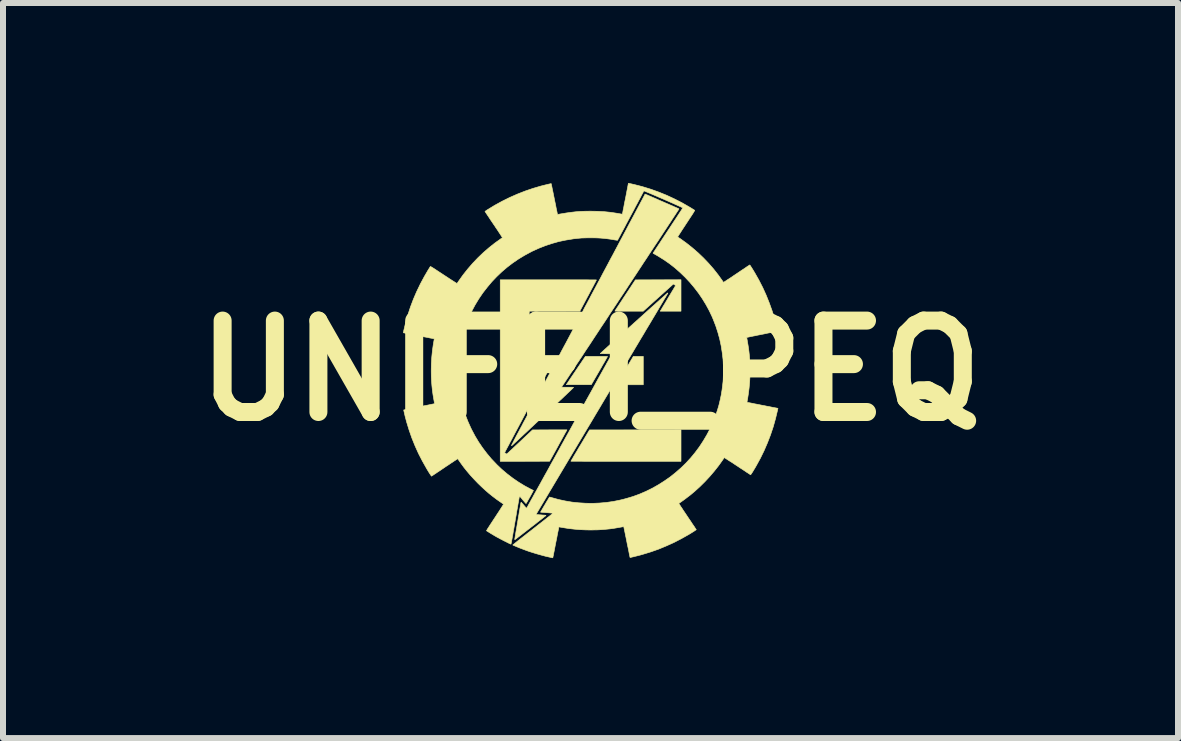
<source format=kicad_pcb>
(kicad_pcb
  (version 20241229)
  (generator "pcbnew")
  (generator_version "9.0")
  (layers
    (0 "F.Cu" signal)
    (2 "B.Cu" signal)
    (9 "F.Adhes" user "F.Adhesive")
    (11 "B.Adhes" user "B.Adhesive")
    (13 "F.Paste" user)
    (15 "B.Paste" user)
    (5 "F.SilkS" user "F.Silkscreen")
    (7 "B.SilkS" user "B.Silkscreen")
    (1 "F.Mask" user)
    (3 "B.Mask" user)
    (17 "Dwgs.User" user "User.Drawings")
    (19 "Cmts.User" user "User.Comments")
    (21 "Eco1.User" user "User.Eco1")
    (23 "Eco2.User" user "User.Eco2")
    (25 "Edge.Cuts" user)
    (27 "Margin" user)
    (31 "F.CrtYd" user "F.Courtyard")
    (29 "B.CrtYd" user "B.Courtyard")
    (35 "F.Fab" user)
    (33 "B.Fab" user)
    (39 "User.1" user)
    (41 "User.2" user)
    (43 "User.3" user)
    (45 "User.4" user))
  (footprint "UNIFEI_PEQ"
    (layer "F.Cu")
    (at 6.793 3.128)
    (property "Reference" "UNIFEI_PEQ" (at 0 0 0) (layer "F.SilkS") (effects (font (size 1.524 1.524) (thickness 0.3))))
    (attr through_hole)
    (fp_poly (pts (xy 0.879 0.235) (xy 0.656 0.235) (xy 0.612 0.235) (xy 0.575 0.235) (xy 0.543 0.235) (xy 0.517 0.235) (xy 0.495 0.235) (xy 0.477 0.234) (xy 0.463 0.234) (xy 0.452 0.234) (xy 0.445 0.233) (xy 0.439 0.233) (xy 0.436 0.232) (xy 0.435 0.231) (xy 0.434 0.23) (xy 0.435 0.229) (xy 0.437 0.226) (xy 0.442 0.217) (xy 0.45 0.204) (xy 0.46 0.187) (xy 0.473 0.165) (xy 0.487 0.141) (xy 0.504 0.113) (xy 0.522 0.083) (xy 0.541 0.051) (xy 0.562 0.017) (xy 0.575 -0.006) (xy 0.713 -0.237) (xy 0.796 -0.237) (xy 0.879 -0.238) (xy 0.879 0.235)) (stroke (width 0.01) (type solid)) (fill yes) (layer "F.SilkS"))
    (fp_poly (pts (xy 1.508 1.511) (xy 0.591 1.511) (xy 0.515 1.511) (xy 0.44 1.511) (xy 0.368 1.511) (xy 0.298 1.511) (xy 0.23 1.511) (xy 0.165 1.511) (xy 0.103 1.511) (xy 0.044 1.511) (xy -0.012 1.511) (xy -0.064 1.511) (xy -0.112 1.511) (xy -0.156 1.51) (xy -0.195 1.51) (xy -0.23 1.51) (xy -0.26 1.51) (xy -0.285 1.51) (xy -0.304 1.51) (xy -0.318 1.51) (xy -0.325 1.509) (xy -0.327 1.509) (xy -0.325 1.506) (xy -0.321 1.498) (xy -0.313 1.486) (xy -0.303 1.469) (xy -0.291 1.448) (xy -0.277 1.423) (xy -0.26 1.395) (xy -0.242 1.365) (xy -0.222 1.332) (xy -0.202 1.297) (xy -0.18 1.26) (xy -0.172 1.248) (xy -0.017 0.988) (xy 1.508 0.987) (xy 1.508 1.511)) (stroke (width 0.01) (type solid)) (fill yes) (layer "F.SilkS"))
    (fp_poly (pts (xy 0.198 -0.237) (xy 0.224 -0.237) (xy 0.246 -0.237) (xy 0.263 -0.237) (xy 0.275 -0.236) (xy 0.282 -0.236) (xy 0.283 -0.235) (xy 0.281 -0.232) (xy 0.277 -0.224) (xy 0.269 -0.211) (xy 0.26 -0.194) (xy 0.248 -0.173) (xy 0.234 -0.148) (xy 0.218 -0.121) (xy 0.2 -0.091) (xy 0.182 -0.058) (xy 0.162 -0.024) (xy 0.148 0.000435) (xy 0.013 0.233) (xy -0.195 0.234) (xy -0.231 0.234) (xy -0.264 0.234) (xy -0.296 0.234) (xy -0.324 0.234) (xy -0.349 0.234) (xy -0.37 0.234) (xy -0.386 0.234) (xy -0.397 0.234) (xy -0.403 0.234) (xy -0.403 0.234) (xy -0.401 0.231) (xy -0.396 0.223) (xy -0.388 0.211) (xy -0.377 0.195) (xy -0.364 0.175) (xy -0.348 0.151) (xy -0.331 0.125) (xy -0.311 0.096) (xy -0.29 0.065) (xy -0.267 0.031) (xy -0.245 -0.002) (xy -0.086 -0.237) (xy 0.098 -0.237) (xy 0.134 -0.237) (xy 0.168 -0.237) (xy 0.198 -0.237)) (stroke (width 0.01) (type solid)) (fill yes) (layer "F.SilkS"))
    (fp_poly (pts (xy 1.508 -0.991) (xy 1.162 -0.991) (xy 1.176 -1.014) (xy 1.18 -1.02) (xy 1.187 -1.032) (xy 1.196 -1.048) (xy 1.208 -1.068) (xy 1.222 -1.091) (xy 1.238 -1.117) (xy 1.255 -1.146) (xy 1.273 -1.176) (xy 1.292 -1.208) (xy 1.303 -1.227) (xy 1.417 -1.417) (xy 1.408 -1.425) (xy 1.399 -1.432) (xy 1.39 -1.438) (xy 1.39 -1.438) (xy 1.382 -1.445) (xy 1.13 -1.218) (xy 0.878 -0.991) (xy 0.642 -0.991) (xy 0.604 -0.991) (xy 0.568 -0.991) (xy 0.534 -0.991) (xy 0.503 -0.991) (xy 0.476 -0.991) (xy 0.452 -0.992) (xy 0.433 -0.992) (xy 0.419 -0.992) (xy 0.41 -0.993) (xy 0.407 -0.993) (xy 0.407 -0.993) (xy 0.408 -0.996) (xy 0.413 -1.004) (xy 0.421 -1.016) (xy 0.432 -1.033) (xy 0.445 -1.053) (xy 0.461 -1.077) (xy 0.479 -1.104) (xy 0.498 -1.134) (xy 0.52 -1.166) (xy 0.542 -1.201) (xy 0.566 -1.237) (xy 0.577 -1.254) (xy 0.748 -1.513) (xy 1.128 -1.514) (xy 1.508 -1.515) (xy 1.508 -0.991)) (stroke (width 0.01) (type solid)) (fill yes) (layer "F.SilkS"))
    (fp_poly (pts (xy -0.632 -1.514) (xy -0.563 -1.514) (xy -0.496 -1.514) (xy -0.431 -1.514) (xy -0.368 -1.514) (xy -0.308 -1.514) (xy -0.252 -1.514) (xy -0.198 -1.514) (xy -0.148 -1.514) (xy -0.102 -1.514) (xy -0.06 -1.514) (xy -0.022 -1.513) (xy 0.011 -1.513) (xy 0.039 -1.513) (xy 0.062 -1.513) (xy 0.08 -1.513) (xy 0.092 -1.512) (xy 0.098 -1.512) (xy 0.098 -1.512) (xy 0.097 -1.509) (xy 0.093 -1.501) (xy 0.086 -1.488) (xy 0.077 -1.47) (xy 0.065 -1.449) (xy 0.052 -1.423) (xy 0.037 -1.395) (xy 0.02 -1.364) (xy 0.002 -1.33) (xy -0.017 -1.294) (xy -0.036 -1.257) (xy -0.04 -1.251) (xy -0.178 -0.992) (xy -0.6 -0.991) (xy -1.022 -0.991) (xy -1.022 -0.238) (xy -0.802 -0.238) (xy -0.765 -0.238) (xy -0.73 -0.238) (xy -0.698 -0.238) (xy -0.668 -0.238) (xy -0.642 -0.237) (xy -0.62 -0.237) (xy -0.602 -0.237) (xy -0.59 -0.237) (xy -0.582 -0.236) (xy -0.581 -0.236) (xy -0.582 -0.233) (xy -0.587 -0.225) (xy -0.593 -0.212) (xy -0.603 -0.194) (xy -0.614 -0.173) (xy -0.627 -0.148) (xy -0.642 -0.12) (xy -0.658 -0.09) (xy -0.675 -0.057) (xy -0.694 -0.022) (xy -0.706 0.000456) (xy -0.83 0.235) (xy -0.926 0.235) (xy -1.022 0.235) (xy -1.022 0.595) (xy -1.227 0.981) (xy -1.252 1.027) (xy -1.275 1.071) (xy -1.298 1.114) (xy -1.319 1.154) (xy -1.34 1.192) (xy -1.358 1.227) (xy -1.375 1.259) (xy -1.39 1.287) (xy -1.403 1.312) (xy -1.414 1.332) (xy -1.422 1.348) (xy -1.428 1.359) (xy -1.431 1.365) (xy -1.431 1.367) (xy -1.428 1.369) (xy -1.422 1.374) (xy -1.415 1.379) (xy -1.406 1.385) (xy -1.4 1.389) (xy -1.397 1.391) (xy -1.395 1.389) (xy -1.388 1.382) (xy -1.377 1.372) (xy -1.362 1.359) (xy -1.345 1.342) (xy -1.324 1.323) (xy -1.3 1.301) (xy -1.275 1.277) (xy -1.247 1.251) (xy -1.217 1.223) (xy -1.186 1.194) (xy -1.181 1.189) (xy -0.967 0.988) (xy -0.68 0.987) (xy -0.393 0.987) (xy -0.406 1.01) (xy -0.409 1.017) (xy -0.416 1.028) (xy -0.425 1.044) (xy -0.436 1.064) (xy -0.449 1.088) (xy -0.464 1.115) (xy -0.481 1.146) (xy -0.499 1.178) (xy -0.518 1.212) (xy -0.537 1.248) (xy -0.55 1.272) (xy -0.682 1.51) (xy -1.094 1.511) (xy -1.505 1.511) (xy -1.505 -1.514) (xy -0.703 -1.514) (xy -0.632 -1.514)) (stroke (width 0.01) (type solid)) (fill yes) (layer "F.SilkS"))
    (fp_poly (pts (xy 1.289 -1.293) (xy 1.288 -1.291) (xy 1.288 -1.29) (xy 1.287 -1.288) (xy 1.284 -1.284) (xy 1.281 -1.278) (xy 1.277 -1.271) (xy 1.271 -1.261) (xy 1.265 -1.25) (xy 1.257 -1.237) (xy 1.248 -1.221) (xy 1.237 -1.204) (xy 1.225 -1.184) (xy 1.212 -1.161) (xy 1.197 -1.136) (xy 1.181 -1.109) (xy 1.163 -1.079) (xy 1.143 -1.045) (xy 1.122 -1.009) (xy 1.099 -0.97) (xy 1.074 -0.928) (xy 1.047 -0.883) (xy 1.018 -0.834) (xy 0.987 -0.782) (xy 0.953 -0.726) (xy 0.918 -0.667) (xy 0.881 -0.604) (xy 0.841 -0.538) (xy 0.799 -0.467) (xy 0.754 -0.392) (xy 0.708 -0.314) (xy 0.658 -0.231) (xy 0.606 -0.144) (xy 0.552 -0.052) (xy 0.494 0.044) (xy 0.434 0.145) (xy 0.372 0.25) (xy 0.306 0.36) (xy 0.237 0.475) (xy 0.166 0.595) (xy 0.091 0.72) (xy 0.014 0.85) (xy -0.067 0.985) (xy -0.147 1.119) (xy -0.908 2.396) (xy -0.898 2.398) (xy -0.891 2.399) (xy -0.88 2.4) (xy -0.865 2.401) (xy -0.846 2.403) (xy -0.825 2.404) (xy -0.816 2.405) (xy -0.795 2.407) (xy -0.777 2.408) (xy -0.762 2.409) (xy -0.751 2.411) (xy -0.744 2.411) (xy -0.743 2.412) (xy -0.744 2.415) (xy -0.746 2.418) (xy -0.75 2.421) (xy -0.759 2.428) (xy -0.772 2.438) (xy -0.788 2.451) (xy -0.807 2.466) (xy -0.83 2.484) (xy -0.855 2.503) (xy -0.882 2.524) (xy -0.91 2.547) (xy -0.94 2.57) (xy -0.971 2.594) (xy -1.002 2.618) (xy -1.033 2.642) (xy -1.064 2.666) (xy -1.094 2.689) (xy -1.122 2.711) (xy -1.149 2.732) (xy -1.174 2.751) (xy -1.197 2.769) (xy -1.217 2.784) (xy -1.233 2.797) (xy -1.246 2.806) (xy -1.255 2.813) (xy -1.259 2.816) (xy -1.26 2.816) (xy -1.263 2.814) (xy -1.264 2.812) (xy -1.263 2.808) (xy -1.262 2.799) (xy -1.259 2.785) (xy -1.256 2.765) (xy -1.252 2.742) (xy -1.248 2.715) (xy -1.243 2.685) (xy -1.237 2.652) (xy -1.231 2.617) (xy -1.225 2.581) (xy -1.219 2.543) (xy -1.212 2.505) (xy -1.206 2.467) (xy -1.2 2.43) (xy -1.193 2.394) (xy -1.188 2.359) (xy -1.182 2.326) (xy -1.177 2.296) (xy -1.172 2.269) (xy -1.168 2.246) (xy -1.165 2.227) (xy -1.163 2.213) (xy -1.161 2.204) (xy -1.16 2.201) (xy -1.158 2.196) (xy -1.156 2.194) (xy -1.153 2.196) (xy -1.147 2.203) (xy -1.138 2.213) (xy -1.127 2.225) (xy -1.114 2.24) (xy -1.11 2.245) (xy -1.096 2.262) (xy -1.085 2.274) (xy -1.077 2.283) (xy -1.072 2.288) (xy -1.068 2.291) (xy -1.065 2.291) (xy -1.064 2.29) (xy -1.063 2.288) (xy -1.061 2.285) (xy -1.056 2.277) (xy -1.048 2.263) (xy -1.038 2.244) (xy -1.025 2.22) (xy -1.009 2.192) (xy -0.991 2.159) (xy -0.97 2.122) (xy -0.948 2.081) (xy -0.923 2.036) (xy -0.896 1.988) (xy -0.867 1.935) (xy -0.836 1.88) (xy -0.804 1.821) (xy -0.77 1.759) (xy -0.734 1.695) (xy -0.697 1.628) (xy -0.659 1.558) (xy -0.619 1.487) (xy -0.578 1.413) (xy -0.536 1.337) (xy -0.494 1.26) (xy -0.45 1.181) (xy -0.424 1.133) (xy -0.367 1.031) (xy -0.314 0.935) (xy -0.264 0.843) (xy -0.216 0.757) (xy -0.171 0.676) (xy -0.128 0.599) (xy -0.089 0.527) (xy -0.051 0.459) (xy -0.016 0.396) (xy 0.017 0.337) (xy 0.047 0.282) (xy 0.076 0.23) (xy 0.102 0.182) (xy 0.126 0.138) (xy 0.149 0.097) (xy 0.17 0.059) (xy 0.189 0.025) (xy 0.207 -0.007) (xy 0.223 -0.036) (xy 0.238 -0.063) (xy 0.252 -0.087) (xy 0.264 -0.11) (xy 0.275 -0.13) (xy 0.285 -0.148) (xy 0.295 -0.164) (xy 0.303 -0.179) (xy 0.311 -0.193) (xy 0.317 -0.205) (xy 0.324 -0.216) (xy 0.33 -0.226) (xy 0.335 -0.235) (xy 0.337 -0.24) (xy 0.361 -0.281) (xy 0.261 -0.282) (xy 0.237 -0.282) (xy 0.215 -0.283) (xy 0.196 -0.283) (xy 0.18 -0.284) (xy 0.169 -0.284) (xy 0.163 -0.285) (xy 0.162 -0.285) (xy 0.165 -0.288) (xy 0.172 -0.294) (xy 0.183 -0.305) (xy 0.198 -0.318) (xy 0.217 -0.336) (xy 0.239 -0.356) (xy 0.265 -0.379) (xy 0.293 -0.405) (xy 0.325 -0.433) (xy 0.358 -0.463) (xy 0.394 -0.496) (xy 0.432 -0.53) (xy 0.472 -0.566) (xy 0.513 -0.603) (xy 0.555 -0.641) (xy 0.598 -0.68) (xy 0.642 -0.719) (xy 0.687 -0.759) (xy 0.731 -0.799) (xy 0.776 -0.839) (xy 0.82 -0.879) (xy 0.864 -0.918) (xy 0.907 -0.957) (xy 0.949 -0.995) (xy 0.989 -1.031) (xy 1.028 -1.066) (xy 1.066 -1.099) (xy 1.101 -1.131) (xy 1.134 -1.16) (xy 1.164 -1.188) (xy 1.192 -1.212) (xy 1.216 -1.234) (xy 1.238 -1.253) (xy 1.255 -1.269) (xy 1.269 -1.281) (xy 1.279 -1.29) (xy 1.285 -1.295) (xy 1.286 -1.295) (xy 1.289 -1.293)) (stroke (width 0.01) (type solid)) (fill yes) (layer "F.SilkS"))
    (fp_poly (pts (xy 0.913 -2.942) (xy 0.921 -2.938) (xy 0.935 -2.932) (xy 0.953 -2.925) (xy 0.975 -2.915) (xy 1.001 -2.904) (xy 1.03 -2.891) (xy 1.063 -2.877) (xy 1.098 -2.862) (xy 1.135 -2.845) (xy 1.174 -2.828) (xy 1.188 -2.822) (xy 1.228 -2.805) (xy 1.266 -2.788) (xy 1.302 -2.773) (xy 1.335 -2.758) (xy 1.366 -2.745) (xy 1.394 -2.732) (xy 1.418 -2.722) (xy 1.438 -2.713) (xy 1.453 -2.707) (xy 1.464 -2.702) (xy 1.469 -2.7) (xy 1.469 -2.7) (xy 1.473 -2.696) (xy 1.473 -2.695) (xy 1.471 -2.692) (xy 1.467 -2.684) (xy 1.459 -2.671) (xy 1.448 -2.655) (xy 1.434 -2.634) (xy 1.419 -2.61) (xy 1.401 -2.583) (xy 1.381 -2.553) (xy 1.36 -2.521) (xy 1.338 -2.486) (xy 1.314 -2.45) (xy 1.301 -2.431) (xy 1.285 -2.406) (xy 1.265 -2.376) (xy 1.242 -2.341) (xy 1.216 -2.302) (xy 1.188 -2.259) (xy 1.157 -2.212) (xy 1.124 -2.161) (xy 1.088 -2.108) (xy 1.051 -2.052) (xy 1.012 -1.993) (xy 0.972 -1.932) (xy 0.931 -1.869) (xy 0.888 -1.805) (xy 0.845 -1.739) (xy 0.801 -1.672) (xy 0.757 -1.605) (xy 0.712 -1.537) (xy 0.667 -1.469) (xy 0.623 -1.402) (xy 0.617 -1.392) (xy 0.551 -1.292) (xy 0.488 -1.198) (xy 0.429 -1.108) (xy 0.373 -1.023) (xy 0.32 -0.943) (xy 0.271 -0.867) (xy 0.224 -0.796) (xy 0.179 -0.729) (xy 0.138 -0.666) (xy 0.099 -0.607) (xy 0.062 -0.551) (xy 0.028 -0.499) (xy -0.004 -0.45) (xy -0.034 -0.405) (xy -0.062 -0.363) (xy -0.088 -0.324) (xy -0.112 -0.287) (xy -0.134 -0.253) (xy -0.155 -0.221) (xy -0.175 -0.192) (xy -0.192 -0.165) (xy -0.209 -0.14) (xy -0.225 -0.117) (xy -0.239 -0.095) (xy -0.252 -0.075) (xy -0.265 -0.056) (xy -0.276 -0.038) (xy -0.287 -0.021) (xy -0.298 -0.005) (xy -0.308 0.01) (xy -0.318 0.024) (xy -0.327 0.039) (xy -0.336 0.053) (xy -0.346 0.067) (xy -0.355 0.081) (xy -0.364 0.095) (xy -0.369 0.103) (xy -0.389 0.132) (xy -0.407 0.16) (xy -0.425 0.186) (xy -0.44 0.21) (xy -0.454 0.23) (xy -0.465 0.247) (xy -0.474 0.261) (xy -0.48 0.27) (xy -0.482 0.275) (xy -0.483 0.275) (xy -0.48 0.275) (xy -0.471 0.276) (xy -0.457 0.276) (xy -0.44 0.276) (xy -0.419 0.276) (xy -0.396 0.276) (xy -0.383 0.276) (xy -0.353 0.276) (xy -0.33 0.276) (xy -0.312 0.277) (xy -0.299 0.277) (xy -0.29 0.278) (xy -0.285 0.279) (xy -0.283 0.28) (xy -0.283 0.28) (xy -0.285 0.283) (xy -0.292 0.289) (xy -0.302 0.3) (xy -0.317 0.314) (xy -0.335 0.332) (xy -0.357 0.352) (xy -0.382 0.376) (xy -0.409 0.402) (xy -0.44 0.431) (xy -0.472 0.462) (xy -0.507 0.494) (xy -0.543 0.529) (xy -0.581 0.565) (xy -0.621 0.602) (xy -0.661 0.64) (xy -0.703 0.679) (xy -0.745 0.719) (xy -0.787 0.759) (xy -0.829 0.798) (xy -0.871 0.838) (xy -0.913 0.877) (xy -0.954 0.916) (xy -0.994 0.953) (xy -1.033 0.99) (xy -1.07 1.025) (xy -1.106 1.058) (xy -1.14 1.09) (xy -1.171 1.119) (xy -1.2 1.146) (xy -1.226 1.171) (xy -1.25 1.192) (xy -1.27 1.211) (xy -1.286 1.226) (xy -1.299 1.238) (xy -1.308 1.246) (xy -1.313 1.25) (xy -1.313 1.25) (xy -1.317 1.25) (xy -1.317 1.245) (xy -1.315 1.241) (xy -1.31 1.232) (xy -1.304 1.218) (xy -1.294 1.201) (xy -1.283 1.179) (xy -1.271 1.155) (xy -1.257 1.129) (xy -1.242 1.1) (xy -1.229 1.075) (xy -1.218 1.055) (xy -1.204 1.029) (xy -1.187 0.997) (xy -1.168 0.961) (xy -1.146 0.921) (xy -1.123 0.876) (xy -1.097 0.828) (xy -1.069 0.776) (xy -1.04 0.72) (xy -1.008 0.661) (xy -0.976 0.6) (xy -0.942 0.536) (xy -0.906 0.47) (xy -0.87 0.402) (xy -0.833 0.332) (xy -0.795 0.26) (xy -0.756 0.188) (xy -0.717 0.115) (xy -0.678 0.041) (xy -0.639 -0.033) (xy -0.599 -0.107) (xy -0.56 -0.181) (xy -0.521 -0.254) (xy -0.483 -0.327) (xy -0.445 -0.398) (xy -0.407 -0.468) (xy -0.371 -0.536) (xy -0.336 -0.602) (xy -0.302 -0.666) (xy -0.269 -0.728) (xy -0.238 -0.787) (xy -0.208 -0.842) (xy -0.18 -0.895) (xy -0.154 -0.943) (xy -0.13 -0.988) (xy -0.109 -1.029) (xy -0.09 -1.065) (xy -0.073 -1.096) (xy -0.068 -1.105) (xy -0.031 -1.174) (xy 0.006 -1.245) (xy 0.045 -1.318) (xy 0.085 -1.392) (xy 0.125 -1.468) (xy 0.166 -1.544) (xy 0.206 -1.621) (xy 0.247 -1.697) (xy 0.288 -1.774) (xy 0.328 -1.85) (xy 0.369 -1.925) (xy 0.408 -1.999) (xy 0.447 -2.072) (xy 0.484 -2.143) (xy 0.521 -2.211) (xy 0.556 -2.278) (xy 0.59 -2.341) (xy 0.622 -2.402) (xy 0.652 -2.459) (xy 0.681 -2.512) (xy 0.707 -2.561) (xy 0.731 -2.606) (xy 0.752 -2.646) (xy 0.771 -2.682) (xy 0.785 -2.708) (xy 0.804 -2.744) (xy 0.822 -2.778) (xy 0.839 -2.81) (xy 0.855 -2.839) (xy 0.869 -2.866) (xy 0.881 -2.889) (xy 0.892 -2.909) (xy 0.9 -2.925) (xy 0.906 -2.936) (xy 0.909 -2.942) (xy 0.91 -2.943) (xy 0.913 -2.942)) (stroke (width 0.01) (type solid)) (fill yes) (layer "F.SilkS"))
    (fp_poly (pts (xy 0.661 -3.117) (xy 0.681 -3.113) (xy 0.706 -3.107) (xy 0.734 -3.101) (xy 0.764 -3.093) (xy 0.794 -3.086) (xy 0.823 -3.078) (xy 0.85 -3.071) (xy 0.869 -3.066) (xy 1.005 -3.024) (xy 1.138 -2.976) (xy 1.269 -2.923) (xy 1.398 -2.863) (xy 1.525 -2.798) (xy 1.65 -2.726) (xy 1.677 -2.71) (xy 1.694 -2.699) (xy 1.709 -2.69) (xy 1.722 -2.682) (xy 1.731 -2.676) (xy 1.736 -2.673) (xy 1.736 -2.672) (xy 1.736 -2.67) (xy 1.734 -2.666) (xy 1.731 -2.66) (xy 1.725 -2.651) (xy 1.718 -2.638) (xy 1.708 -2.622) (xy 1.696 -2.603) (xy 1.68 -2.579) (xy 1.662 -2.552) (xy 1.641 -2.52) (xy 1.617 -2.483) (xy 1.595 -2.45) (xy 1.573 -2.416) (xy 1.552 -2.384) (xy 1.532 -2.354) (xy 1.514 -2.326) (xy 1.498 -2.301) (xy 1.484 -2.279) (xy 1.472 -2.261) (xy 1.463 -2.246) (xy 1.457 -2.236) (xy 1.453 -2.23) (xy 1.453 -2.229) (xy 1.457 -2.226) (xy 1.464 -2.221) (xy 1.475 -2.213) (xy 1.489 -2.204) (xy 1.497 -2.199) (xy 1.598 -2.126) (xy 1.696 -2.048) (xy 1.791 -1.966) (xy 1.882 -1.879) (xy 1.969 -1.788) (xy 2.051 -1.694) (xy 2.128 -1.596) (xy 2.184 -1.518) (xy 2.195 -1.503) (xy 2.203 -1.49) (xy 2.21 -1.48) (xy 2.215 -1.474) (xy 2.216 -1.472) (xy 2.219 -1.474) (xy 2.227 -1.478) (xy 2.239 -1.486) (xy 2.255 -1.496) (xy 2.275 -1.51) (xy 2.299 -1.525) (xy 2.325 -1.542) (xy 2.354 -1.561) (xy 2.384 -1.582) (xy 2.417 -1.604) (xy 2.435 -1.616) (xy 2.468 -1.638) (xy 2.5 -1.66) (xy 2.53 -1.68) (xy 2.558 -1.698) (xy 2.583 -1.715) (xy 2.604 -1.73) (xy 2.623 -1.742) (xy 2.637 -1.751) (xy 2.648 -1.758) (xy 2.653 -1.762) (xy 2.654 -1.762) (xy 2.656 -1.76) (xy 2.662 -1.752) (xy 2.669 -1.741) (xy 2.679 -1.726) (xy 2.69 -1.709) (xy 2.702 -1.689) (xy 2.715 -1.669) (xy 2.727 -1.648) (xy 2.737 -1.632) (xy 2.806 -1.51) (xy 2.87 -1.385) (xy 2.928 -1.257) (xy 2.98 -1.127) (xy 3.027 -0.996) (xy 3.068 -0.863) (xy 3.089 -0.781) (xy 3.095 -0.759) (xy 3.1 -0.736) (xy 3.105 -0.715) (xy 3.11 -0.696) (xy 3.113 -0.68) (xy 3.116 -0.668) (xy 3.117 -0.661) (xy 3.117 -0.659) (xy 3.114 -0.658) (xy 3.105 -0.656) (xy 3.091 -0.653) (xy 3.072 -0.649) (xy 3.048 -0.644) (xy 3.021 -0.639) (xy 2.99 -0.632) (xy 2.956 -0.626) (xy 2.92 -0.618) (xy 2.882 -0.61) (xy 2.861 -0.606) (xy 2.821 -0.598) (xy 2.784 -0.591) (xy 2.749 -0.583) (xy 2.716 -0.577) (xy 2.687 -0.571) (xy 2.661 -0.566) (xy 2.64 -0.561) (xy 2.623 -0.558) (xy 2.611 -0.555) (xy 2.605 -0.554) (xy 2.604 -0.554) (xy 2.604 -0.551) (xy 2.605 -0.542) (xy 2.608 -0.529) (xy 2.61 -0.513) (xy 2.614 -0.494) (xy 2.614 -0.49) (xy 2.625 -0.428) (xy 2.634 -0.37) (xy 2.641 -0.314) (xy 2.647 -0.258) (xy 2.652 -0.2) (xy 2.655 -0.14) (xy 2.658 -0.088) (xy 2.659 0.003) (xy 2.657 0.097) (xy 2.652 0.193) (xy 2.643 0.289) (xy 2.631 0.384) (xy 2.617 0.476) (xy 2.615 0.484) (xy 2.612 0.5) (xy 2.61 0.513) (xy 2.609 0.522) (xy 2.609 0.527) (xy 2.609 0.527) (xy 2.612 0.528) (xy 2.621 0.53) (xy 2.635 0.533) (xy 2.654 0.536) (xy 2.678 0.541) (xy 2.705 0.546) (xy 2.736 0.553) (xy 2.77 0.559) (xy 2.806 0.566) (xy 2.844 0.574) (xy 2.86 0.577) (xy 2.899 0.584) (xy 2.936 0.592) (xy 2.972 0.598) (xy 3.004 0.605) (xy 3.033 0.611) (xy 3.059 0.616) (xy 3.081 0.62) (xy 3.098 0.623) (xy 3.11 0.625) (xy 3.116 0.627) (xy 3.117 0.627) (xy 3.124 0.629) (xy 3.116 0.664) (xy 3.083 0.801) (xy 3.045 0.937) (xy 3 1.071) (xy 2.949 1.203) (xy 2.893 1.333) (xy 2.831 1.46) (xy 2.763 1.584) (xy 2.734 1.634) (xy 2.717 1.661) (xy 2.704 1.684) (xy 2.692 1.702) (xy 2.683 1.716) (xy 2.676 1.726) (xy 2.671 1.732) (xy 2.668 1.735) (xy 2.666 1.735) (xy 2.663 1.733) (xy 2.655 1.727) (xy 2.642 1.719) (xy 2.626 1.708) (xy 2.605 1.695) (xy 2.582 1.679) (xy 2.555 1.661) (xy 2.526 1.642) (xy 2.495 1.622) (xy 2.462 1.6) (xy 2.447 1.59) (xy 2.413 1.568) (xy 2.382 1.547) (xy 2.352 1.527) (xy 2.324 1.51) (xy 2.299 1.494) (xy 2.278 1.48) (xy 2.259 1.468) (xy 2.245 1.459) (xy 2.235 1.453) (xy 2.23 1.45) (xy 2.229 1.45) (xy 2.226 1.453) (xy 2.221 1.461) (xy 2.214 1.472) (xy 2.204 1.486) (xy 2.199 1.494) (xy 2.133 1.586) (xy 2.062 1.676) (xy 1.986 1.765) (xy 1.906 1.851) (xy 1.822 1.934) (xy 1.736 2.012) (xy 1.699 2.043) (xy 1.68 2.059) (xy 1.657 2.078) (xy 1.631 2.097) (xy 1.604 2.118) (xy 1.578 2.138) (xy 1.552 2.157) (xy 1.528 2.174) (xy 1.509 2.188) (xy 1.507 2.189) (xy 1.494 2.198) (xy 1.483 2.205) (xy 1.476 2.21) (xy 1.472 2.213) (xy 1.472 2.213) (xy 1.474 2.216) (xy 1.478 2.224) (xy 1.486 2.236) (xy 1.496 2.252) (xy 1.509 2.272) (xy 1.525 2.295) (xy 1.542 2.322) (xy 1.561 2.35) (xy 1.582 2.381) (xy 1.604 2.414) (xy 1.616 2.432) (xy 1.638 2.465) (xy 1.66 2.497) (xy 1.68 2.527) (xy 1.698 2.555) (xy 1.715 2.579) (xy 1.73 2.601) (xy 1.742 2.62) (xy 1.751 2.634) (xy 1.758 2.644) (xy 1.762 2.65) (xy 1.762 2.651) (xy 1.76 2.653) (xy 1.752 2.658) (xy 1.741 2.666) (xy 1.726 2.676) (xy 1.709 2.687) (xy 1.689 2.699) (xy 1.669 2.712) (xy 1.647 2.725) (xy 1.632 2.734) (xy 1.511 2.802) (xy 1.387 2.866) (xy 1.26 2.923) (xy 1.132 2.976) (xy 1.001 3.022) (xy 0.87 3.062) (xy 0.848 3.068) (xy 0.828 3.074) (xy 0.807 3.079) (xy 0.784 3.085) (xy 0.761 3.091) (xy 0.738 3.096) (xy 0.717 3.102) (xy 0.698 3.106) (xy 0.681 3.11) (xy 0.669 3.113) (xy 0.661 3.114) (xy 0.659 3.114) (xy 0.658 3.111) (xy 0.656 3.102) (xy 0.653 3.088) (xy 0.649 3.069) (xy 0.644 3.045) (xy 0.639 3.018) (xy 0.633 2.987) (xy 0.626 2.953) (xy 0.618 2.917) (xy 0.61 2.878) (xy 0.606 2.857) (xy 0.598 2.818) (xy 0.591 2.781) (xy 0.583 2.745) (xy 0.577 2.713) (xy 0.571 2.684) (xy 0.566 2.658) (xy 0.561 2.637) (xy 0.558 2.62) (xy 0.555 2.608) (xy 0.554 2.602) (xy 0.554 2.601) (xy 0.551 2.601) (xy 0.542 2.602) (xy 0.529 2.604) (xy 0.513 2.607) (xy 0.494 2.61) (xy 0.49 2.611) (xy 0.432 2.621) (xy 0.378 2.63) (xy 0.326 2.637) (xy 0.275 2.642) (xy 0.223 2.647) (xy 0.169 2.651) (xy 0.11 2.654) (xy 0.09 2.654) (xy 0.004 2.656) (xy -0.086 2.654) (xy -0.178 2.65) (xy -0.27 2.642) (xy -0.361 2.632) (xy -0.448 2.618) (xy -0.494 2.61) (xy -0.507 2.608) (xy -0.518 2.606) (xy -0.525 2.605) (xy -0.527 2.605) (xy -0.528 2.609) (xy -0.53 2.618) (xy -0.532 2.632) (xy -0.536 2.651) (xy -0.541 2.675) (xy -0.547 2.702) (xy -0.553 2.733) (xy -0.559 2.767) (xy -0.566 2.803) (xy -0.574 2.842) (xy -0.578 2.862) (xy -0.586 2.902) (xy -0.593 2.939) (xy -0.6 2.974) (xy -0.606 3.007) (xy -0.612 3.036) (xy -0.617 3.062) (xy -0.621 3.083) (xy -0.625 3.1) (xy -0.627 3.112) (xy -0.629 3.118) (xy -0.629 3.119) (xy -0.633 3.119) (xy -0.64 3.118) (xy -0.645 3.117) (xy -0.69 3.107) (xy -0.74 3.096) (xy -0.793 3.082) (xy -0.848 3.067) (xy -0.904 3.051) (xy -0.959 3.034) (xy -1.013 3.017) (xy -1.063 3) (xy -1.07 2.997) (xy -1.095 2.988) (xy -1.121 2.978) (xy -1.148 2.968) (xy -1.174 2.958) (xy -1.199 2.948) (xy -1.223 2.938) (xy -1.244 2.929) (xy -1.263 2.921) (xy -1.278 2.915) (xy -1.289 2.91) (xy -1.295 2.906) (xy -1.295 2.905) (xy -1.293 2.903) (xy -1.286 2.897) (xy -1.274 2.888) (xy -1.258 2.875) (xy -1.239 2.86) (xy -1.216 2.841) (xy -1.189 2.82) (xy -1.16 2.797) (xy -1.128 2.772) (xy -1.093 2.745) (xy -1.057 2.716) (xy -1.018 2.686) (xy -0.978 2.655) (xy -0.959 2.64) (xy -0.918 2.608) (xy -0.879 2.577) (xy -0.842 2.548) (xy -0.806 2.52) (xy -0.773 2.494) (xy -0.742 2.47) (xy -0.715 2.448) (xy -0.69 2.429) (xy -0.669 2.412) (xy -0.652 2.398) (xy -0.638 2.388) (xy -0.629 2.38) (xy -0.625 2.376) (xy -0.624 2.376) (xy -0.628 2.375) (xy -0.637 2.375) (xy -0.651 2.373) (xy -0.67 2.372) (xy -0.691 2.37) (xy -0.715 2.368) (xy -0.73 2.367) (xy -0.755 2.365) (xy -0.777 2.364) (xy -0.797 2.362) (xy -0.813 2.361) (xy -0.825 2.359) (xy -0.832 2.359) (xy -0.833 2.358) (xy -0.832 2.356) (xy -0.827 2.348) (xy -0.82 2.336) (xy -0.811 2.32) (xy -0.8 2.301) (xy -0.787 2.279) (xy -0.773 2.255) (xy -0.76 2.234) (xy -0.745 2.208) (xy -0.731 2.184) (xy -0.718 2.163) (xy -0.706 2.144) (xy -0.697 2.128) (xy -0.69 2.117) (xy -0.686 2.109) (xy -0.685 2.107) (xy -0.682 2.107) (xy -0.674 2.109) (xy -0.662 2.112) (xy -0.647 2.116) (xy -0.641 2.118) (xy -0.533 2.148) (xy -0.422 2.172) (xy -0.31 2.191) (xy -0.196 2.203) (xy -0.081 2.21) (xy 0.034 2.212) (xy 0.148 2.207) (xy 0.263 2.197) (xy 0.376 2.181) (xy 0.481 2.16) (xy 0.537 2.147) (xy 0.596 2.131) (xy 0.655 2.114) (xy 0.713 2.096) (xy 0.768 2.076) (xy 0.817 2.058) (xy 0.926 2.011) (xy 1.033 1.958) (xy 1.135 1.9) (xy 1.234 1.837) (xy 1.33 1.77) (xy 1.421 1.697) (xy 1.509 1.62) (xy 1.592 1.539) (xy 1.671 1.453) (xy 1.745 1.363) (xy 1.815 1.269) (xy 1.879 1.171) (xy 1.939 1.07) (xy 1.994 0.965) (xy 2.043 0.857) (xy 2.061 0.814) (xy 2.07 0.791) (xy 2.08 0.764) (xy 2.09 0.733) (xy 2.101 0.701) (xy 2.112 0.668) (xy 2.122 0.636) (xy 2.131 0.607) (xy 2.138 0.582) (xy 2.14 0.576) (xy 2.16 0.492) (xy 2.178 0.407) (xy 2.192 0.321) (xy 2.203 0.232) (xy 2.209 0.179) (xy 2.211 0.152) (xy 2.212 0.119) (xy 2.213 0.082) (xy 2.214 0.043) (xy 2.214 0.003) (xy 2.214 -0.038) (xy 2.214 -0.078) (xy 2.212 -0.115) (xy 2.211 -0.148) (xy 2.209 -0.177) (xy 2.209 -0.183) (xy 2.195 -0.3) (xy 2.177 -0.415) (xy 2.153 -0.527) (xy 2.123 -0.636) (xy 2.088 -0.744) (xy 2.047 -0.85) (xy 2.027 -0.898) (xy 1.978 -1.001) (xy 1.923 -1.102) (xy 1.863 -1.2) (xy 1.798 -1.295) (xy 1.728 -1.386) (xy 1.654 -1.474) (xy 1.575 -1.558) (xy 1.492 -1.638) (xy 1.406 -1.714) (xy 1.316 -1.784) (xy 1.222 -1.849) (xy 1.126 -1.909) (xy 1.102 -1.923) (xy 1.086 -1.932) (xy 1.072 -1.94) (xy 1.06 -1.947) (xy 1.052 -1.951) (xy 1.05 -1.952) (xy 1.042 -1.958) (xy 1.289 -2.333) (xy 1.319 -2.378) (xy 1.347 -2.421) (xy 1.374 -2.462) (xy 1.4 -2.501) (xy 1.424 -2.537) (xy 1.446 -2.571) (xy 1.467 -2.603) (xy 1.485 -2.631) (xy 1.501 -2.655) (xy 1.514 -2.675) (xy 1.525 -2.692) (xy 1.533 -2.704) (xy 1.537 -2.711) (xy 1.539 -2.713) (xy 1.536 -2.715) (xy 1.528 -2.719) (xy 1.515 -2.725) (xy 1.498 -2.733) (xy 1.476 -2.743) (xy 1.451 -2.754) (xy 1.423 -2.767) (xy 1.392 -2.781) (xy 1.359 -2.796) (xy 1.324 -2.811) (xy 1.288 -2.827) (xy 1.251 -2.843) (xy 1.213 -2.86) (xy 1.175 -2.876) (xy 1.138 -2.892) (xy 1.102 -2.908) (xy 1.067 -2.923) (xy 1.034 -2.937) (xy 1.003 -2.95) (xy 0.975 -2.962) (xy 0.95 -2.972) (xy 0.929 -2.981) (xy 0.912 -2.988) (xy 0.899 -2.993) (xy 0.891 -2.996) (xy 0.889 -2.996) (xy 0.883 -2.986) (xy 0.875 -2.97) (xy 0.865 -2.951) (xy 0.852 -2.927) (xy 0.838 -2.9) (xy 0.822 -2.87) (xy 0.804 -2.837) (xy 0.786 -2.802) (xy 0.766 -2.765) (xy 0.745 -2.726) (xy 0.724 -2.685) (xy 0.702 -2.644) (xy 0.68 -2.603) (xy 0.657 -2.561) (xy 0.635 -2.519) (xy 0.613 -2.478) (xy 0.592 -2.439) (xy 0.572 -2.4) (xy 0.552 -2.363) (xy 0.534 -2.329) (xy 0.516 -2.297) (xy 0.501 -2.267) (xy 0.487 -2.241) (xy 0.475 -2.219) (xy 0.465 -2.201) (xy 0.458 -2.187) (xy 0.453 -2.178) (xy 0.451 -2.174) (xy 0.451 -2.174) (xy 0.447 -2.173) (xy 0.438 -2.174) (xy 0.425 -2.176) (xy 0.41 -2.178) (xy 0.403 -2.179) (xy 0.341 -2.19) (xy 0.281 -2.198) (xy 0.222 -2.205) (xy 0.161 -2.21) (xy 0.099 -2.213) (xy 0.032 -2.214) (xy 0.002 -2.214) (xy -0.042 -2.214) (xy -0.081 -2.213) (xy -0.117 -2.212) (xy -0.15 -2.211) (xy -0.182 -2.208) (xy -0.215 -2.205) (xy -0.25 -2.201) (xy -0.287 -2.197) (xy -0.298 -2.195) (xy -0.414 -2.176) (xy -0.529 -2.152) (xy -0.642 -2.12) (xy -0.754 -2.083) (xy -0.863 -2.04) (xy -0.971 -1.991) (xy -0.994 -1.979) (xy -1.098 -1.923) (xy -1.199 -1.862) (xy -1.297 -1.795) (xy -1.39 -1.724) (xy -1.479 -1.648) (xy -1.565 -1.566) (xy -1.646 -1.481) (xy -1.722 -1.39) (xy -1.795 -1.296) (xy -1.863 -1.196) (xy -1.868 -1.188) (xy -1.926 -1.092) (xy -1.979 -0.992) (xy -2.027 -0.889) (xy -2.07 -0.783) (xy -2.108 -0.675) (xy -2.14 -0.566) (xy -2.166 -0.455) (xy -2.181 -0.374) (xy -2.189 -0.325) (xy -2.195 -0.279) (xy -2.201 -0.236) (xy -2.205 -0.194) (xy -2.207 -0.152) (xy -2.209 -0.107) (xy -2.211 -0.059) (xy -2.211 -0.007) (xy -2.211 -0.002) (xy -2.211 0.044) (xy -2.21 0.084) (xy -2.209 0.12) (xy -2.207 0.155) (xy -2.205 0.188) (xy -2.202 0.221) (xy -2.198 0.256) (xy -2.195 0.278) (xy -2.177 0.394) (xy -2.153 0.509) (xy -2.123 0.623) (xy -2.087 0.735) (xy -2.045 0.844) (xy -1.997 0.951) (xy -1.98 0.986) (xy -1.925 1.09) (xy -1.865 1.19) (xy -1.799 1.287) (xy -1.729 1.379) (xy -1.654 1.469) (xy -1.572 1.555) (xy -1.564 1.564) (xy -1.478 1.646) (xy -1.388 1.722) (xy -1.294 1.794) (xy -1.197 1.86) (xy -1.097 1.921) (xy -1.002 1.972) (xy -0.952 1.997) (xy -0.968 2.027) (xy -0.983 2.055) (xy -0.998 2.082) (xy -1.013 2.109) (xy -1.027 2.133) (xy -1.04 2.156) (xy -1.051 2.176) (xy -1.06 2.192) (xy -1.068 2.204) (xy -1.072 2.212) (xy -1.075 2.215) (xy -1.078 2.213) (xy -1.084 2.206) (xy -1.093 2.196) (xy -1.104 2.183) (xy -1.117 2.168) (xy -1.13 2.153) (xy -1.144 2.135) (xy -1.157 2.12) (xy -1.168 2.107) (xy -1.177 2.097) (xy -1.182 2.091) (xy -1.184 2.089) (xy -1.185 2.092) (xy -1.187 2.101) (xy -1.189 2.116) (xy -1.193 2.135) (xy -1.197 2.16) (xy -1.202 2.189) (xy -1.208 2.221) (xy -1.214 2.258) (xy -1.221 2.298) (xy -1.229 2.341) (xy -1.236 2.386) (xy -1.244 2.433) (xy -1.253 2.483) (xy -1.254 2.491) (xy -1.266 2.558) (xy -1.276 2.619) (xy -1.286 2.674) (xy -1.294 2.723) (xy -1.302 2.765) (xy -1.308 2.802) (xy -1.314 2.832) (xy -1.318 2.856) (xy -1.322 2.874) (xy -1.324 2.886) (xy -1.326 2.892) (xy -1.326 2.892) (xy -1.33 2.891) (xy -1.339 2.887) (xy -1.353 2.881) (xy -1.369 2.873) (xy -1.389 2.863) (xy -1.41 2.852) (xy -1.433 2.841) (xy -1.457 2.829) (xy -1.48 2.816) (xy -1.503 2.805) (xy -1.524 2.793) (xy -1.543 2.783) (xy -1.559 2.775) (xy -1.569 2.769) (xy -1.586 2.759) (xy -1.606 2.748) (xy -1.626 2.735) (xy -1.647 2.723) (xy -1.667 2.711) (xy -1.686 2.699) (xy -1.702 2.689) (xy -1.716 2.68) (xy -1.726 2.674) (xy -1.732 2.67) (xy -1.733 2.669) (xy -1.733 2.667) (xy -1.731 2.663) (xy -1.728 2.657) (xy -1.722 2.647) (xy -1.715 2.635) (xy -1.705 2.619) (xy -1.692 2.6) (xy -1.677 2.576) (xy -1.659 2.549) (xy -1.638 2.517) (xy -1.614 2.48) (xy -1.592 2.447) (xy -1.57 2.413) (xy -1.549 2.381) (xy -1.529 2.351) (xy -1.511 2.323) (xy -1.495 2.298) (xy -1.481 2.276) (xy -1.469 2.257) (xy -1.46 2.243) (xy -1.453 2.232) (xy -1.45 2.227) (xy -1.45 2.226) (xy -1.453 2.223) (xy -1.461 2.218) (xy -1.472 2.21) (xy -1.485 2.201) (xy -1.494 2.195) (xy -1.563 2.147) (xy -1.629 2.097) (xy -1.693 2.046) (xy -1.756 1.991) (xy -1.819 1.933) (xy -1.877 1.877) (xy -1.941 1.81) (xy -2.001 1.745) (xy -2.056 1.68) (xy -2.109 1.614) (xy -2.159 1.546) (xy -2.189 1.503) (xy -2.198 1.491) (xy -2.205 1.48) (xy -2.21 1.473) (xy -2.213 1.469) (xy -2.213 1.469) (xy -2.216 1.47) (xy -2.224 1.475) (xy -2.236 1.483) (xy -2.252 1.493) (xy -2.272 1.506) (xy -2.295 1.522) (xy -2.322 1.539) (xy -2.35 1.558) (xy -2.381 1.579) (xy -2.414 1.6) (xy -2.432 1.613) (xy -2.465 1.635) (xy -2.497 1.657) (xy -2.527 1.677) (xy -2.555 1.695) (xy -2.579 1.712) (xy -2.601 1.726) (xy -2.62 1.739) (xy -2.634 1.748) (xy -2.644 1.755) (xy -2.65 1.758) (xy -2.651 1.759) (xy -2.653 1.756) (xy -2.658 1.749) (xy -2.666 1.738) (xy -2.676 1.723) (xy -2.687 1.706) (xy -2.699 1.687) (xy -2.711 1.667) (xy -2.724 1.646) (xy -2.733 1.63) (xy -2.803 1.506) (xy -2.868 1.38) (xy -2.926 1.251) (xy -2.979 1.12) (xy -3.025 0.988) (xy -3.066 0.854) (xy -3.086 0.778) (xy -3.092 0.755) (xy -3.097 0.733) (xy -3.102 0.712) (xy -3.106 0.693) (xy -3.11 0.677) (xy -3.112 0.665) (xy -3.114 0.658) (xy -3.114 0.655) (xy -3.111 0.655) (xy -3.102 0.653) (xy -3.088 0.65) (xy -3.069 0.646) (xy -3.045 0.641) (xy -3.018 0.636) (xy -2.987 0.629) (xy -2.953 0.622) (xy -2.917 0.615) (xy -2.878 0.607) (xy -2.857 0.603) (xy -2.818 0.595) (xy -2.781 0.587) (xy -2.745 0.58) (xy -2.713 0.574) (xy -2.684 0.568) (xy -2.658 0.562) (xy -2.637 0.558) (xy -2.62 0.555) (xy -2.608 0.552) (xy -2.602 0.551) (xy -2.601 0.551) (xy -2.601 0.547) (xy -2.602 0.539) (xy -2.604 0.526) (xy -2.607 0.51) (xy -2.61 0.491) (xy -2.611 0.487) (xy -2.625 0.405) (xy -2.636 0.327) (xy -2.644 0.25) (xy -2.65 0.174) (xy -2.654 0.095) (xy -2.655 0.013) (xy -2.655 -0.002) (xy -2.653 -0.117) (xy -2.646 -0.228) (xy -2.635 -0.336) (xy -2.62 -0.442) (xy -2.612 -0.487) (xy -2.609 -0.503) (xy -2.607 -0.516) (xy -2.606 -0.525) (xy -2.605 -0.53) (xy -2.605 -0.53) (xy -2.609 -0.531) (xy -2.618 -0.533) (xy -2.632 -0.536) (xy -2.651 -0.54) (xy -2.675 -0.544) (xy -2.702 -0.55) (xy -2.733 -0.556) (xy -2.767 -0.562) (xy -2.803 -0.569) (xy -2.841 -0.577) (xy -2.857 -0.58) (xy -2.896 -0.588) (xy -2.933 -0.595) (xy -2.968 -0.602) (xy -3.001 -0.608) (xy -3.03 -0.614) (xy -3.056 -0.619) (xy -3.078 -0.623) (xy -3.094 -0.626) (xy -3.106 -0.629) (xy -3.113 -0.63) (xy -3.114 -0.63) (xy -3.12 -0.632) (xy -3.113 -0.668) (xy -3.082 -0.801) (xy -3.044 -0.932) (xy -3.001 -1.063) (xy -2.952 -1.192) (xy -2.897 -1.32) (xy -2.836 -1.446) (xy -2.77 -1.569) (xy -2.707 -1.677) (xy -2.696 -1.694) (xy -2.687 -1.709) (xy -2.679 -1.722) (xy -2.673 -1.731) (xy -2.669 -1.736) (xy -2.669 -1.736) (xy -2.667 -1.736) (xy -2.663 -1.734) (xy -2.657 -1.731) (xy -2.647 -1.725) (xy -2.635 -1.718) (xy -2.619 -1.708) (xy -2.6 -1.696) (xy -2.576 -1.68) (xy -2.549 -1.662) (xy -2.517 -1.641) (xy -2.48 -1.617) (xy -2.447 -1.595) (xy -2.413 -1.573) (xy -2.381 -1.552) (xy -2.351 -1.532) (xy -2.323 -1.514) (xy -2.298 -1.498) (xy -2.276 -1.484) (xy -2.257 -1.472) (xy -2.243 -1.463) (xy -2.232 -1.457) (xy -2.227 -1.453) (xy -2.226 -1.453) (xy -2.223 -1.457) (xy -2.218 -1.464) (xy -2.21 -1.475) (xy -2.201 -1.489) (xy -2.195 -1.497) (xy -2.123 -1.598) (xy -2.045 -1.696) (xy -1.963 -1.791) (xy -1.876 -1.882) (xy -1.785 -1.969) (xy -1.69 -2.051) (xy -1.593 -2.128) (xy -1.514 -2.184) (xy -1.5 -2.195) (xy -1.487 -2.203) (xy -1.477 -2.21) (xy -1.471 -2.215) (xy -1.469 -2.216) (xy -1.47 -2.219) (xy -1.475 -2.227) (xy -1.483 -2.239) (xy -1.493 -2.255) (xy -1.506 -2.275) (xy -1.522 -2.299) (xy -1.539 -2.325) (xy -1.558 -2.354) (xy -1.579 -2.384) (xy -1.6 -2.417) (xy -1.613 -2.435) (xy -1.635 -2.468) (xy -1.657 -2.5) (xy -1.677 -2.53) (xy -1.695 -2.558) (xy -1.712 -2.583) (xy -1.726 -2.604) (xy -1.739 -2.623) (xy -1.748 -2.637) (xy -1.755 -2.647) (xy -1.758 -2.653) (xy -1.759 -2.654) (xy -1.756 -2.656) (xy -1.749 -2.661) (xy -1.739 -2.668) (xy -1.726 -2.677) (xy -1.718 -2.682) (xy -1.599 -2.755) (xy -1.475 -2.823) (xy -1.35 -2.885) (xy -1.221 -2.942) (xy -1.091 -2.993) (xy -0.959 -3.038) (xy -0.826 -3.077) (xy -0.778 -3.089) (xy -0.755 -3.095) (xy -0.733 -3.1) (xy -0.712 -3.105) (xy -0.693 -3.11) (xy -0.677 -3.113) (xy -0.665 -3.116) (xy -0.658 -3.117) (xy -0.655 -3.117) (xy -0.655 -3.114) (xy -0.653 -3.105) (xy -0.65 -3.091) (xy -0.646 -3.072) (xy -0.641 -3.048) (xy -0.636 -3.021) (xy -0.629 -2.99) (xy -0.622 -2.956) (xy -0.615 -2.92) (xy -0.607 -2.882) (xy -0.603 -2.861) (xy -0.595 -2.821) (xy -0.587 -2.784) (xy -0.58 -2.749) (xy -0.574 -2.716) (xy -0.568 -2.687) (xy -0.562 -2.661) (xy -0.558 -2.64) (xy -0.555 -2.623) (xy -0.552 -2.611) (xy -0.551 -2.605) (xy -0.551 -2.604) (xy -0.547 -2.604) (xy -0.539 -2.605) (xy -0.526 -2.608) (xy -0.51 -2.61) (xy -0.491 -2.614) (xy -0.487 -2.614) (xy -0.404 -2.628) (xy -0.325 -2.639) (xy -0.247 -2.648) (xy -0.17 -2.654) (xy -0.09 -2.657) (xy -0.007 -2.658) (xy 0.002 -2.658) (xy 0.116 -2.656) (xy 0.227 -2.65) (xy 0.335 -2.639) (xy 0.441 -2.623) (xy 0.487 -2.615) (xy 0.503 -2.612) (xy 0.516 -2.61) (xy 0.525 -2.609) (xy 0.53 -2.608) (xy 0.53 -2.609) (xy 0.531 -2.612) (xy 0.533 -2.621) (xy 0.536 -2.635) (xy 0.54 -2.654) (xy 0.544 -2.678) (xy 0.55 -2.705) (xy 0.556 -2.736) (xy 0.562 -2.77) (xy 0.569 -2.806) (xy 0.577 -2.844) (xy 0.58 -2.86) (xy 0.588 -2.899) (xy 0.595 -2.936) (xy 0.602 -2.972) (xy 0.608 -3.004) (xy 0.614 -3.033) (xy 0.619 -3.059) (xy 0.623 -3.081) (xy 0.626 -3.098) (xy 0.629 -3.11) (xy 0.63 -3.116) (xy 0.63 -3.117) (xy 0.632 -3.123) (xy 0.661 -3.117)) (stroke (width 0.01) (type solid)) (fill yes) (layer "F.SilkS")))
  (gr_rect
    (start -3 -3)
    (end 16.585 9.252)
    (stroke (width 0.1) (type default))
    (fill no)
    (layer "Edge.Cuts")))
</source>
